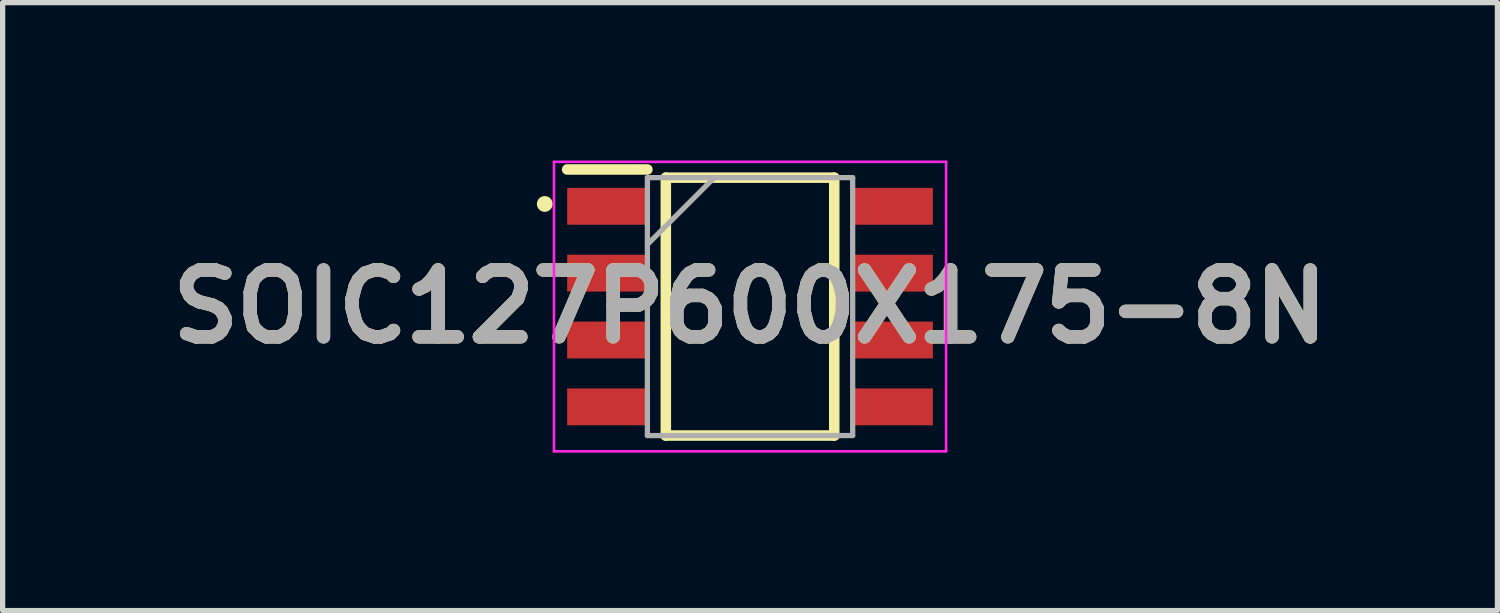
<source format=kicad_pcb>
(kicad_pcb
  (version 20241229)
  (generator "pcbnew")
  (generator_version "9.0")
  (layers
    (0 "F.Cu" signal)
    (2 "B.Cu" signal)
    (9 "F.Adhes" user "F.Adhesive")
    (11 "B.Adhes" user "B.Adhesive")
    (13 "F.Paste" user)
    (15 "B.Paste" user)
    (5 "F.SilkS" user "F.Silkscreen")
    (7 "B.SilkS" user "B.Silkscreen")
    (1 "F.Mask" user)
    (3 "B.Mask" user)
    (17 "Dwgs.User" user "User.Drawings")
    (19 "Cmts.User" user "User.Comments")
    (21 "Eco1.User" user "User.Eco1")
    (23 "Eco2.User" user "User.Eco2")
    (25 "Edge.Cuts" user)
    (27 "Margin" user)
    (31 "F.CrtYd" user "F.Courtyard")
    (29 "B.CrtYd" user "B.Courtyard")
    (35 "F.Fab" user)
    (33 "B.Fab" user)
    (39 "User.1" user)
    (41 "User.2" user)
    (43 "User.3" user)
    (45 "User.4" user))
  (footprint "SOIC127P600X175-8N"
    (layer "F.Cu")
    (at 11.2 2.775)
    (property "Reference" "SOIC127P600X175-8N" (at 0 0 0) (layer "F.SilkS") (effects (font (size 1.27 1.27) (thickness 0.254))))
    (attr smd)
    (fp_line (start -3.475 -2.605) (end -1.95 -2.605) (stroke (width 0.2) (type solid)) (layer "F.SilkS"))
    (fp_line (start -1.6 -2.45) (end 1.6 -2.45) (stroke (width 0.2) (type solid)) (layer "F.SilkS"))
    (fp_line (start -1.6 2.45) (end -1.6 -2.45) (stroke (width 0.2) (type solid)) (layer "F.SilkS"))
    (fp_line (start 1.6 -2.45) (end 1.6 2.45) (stroke (width 0.2) (type solid)) (layer "F.SilkS"))
    (fp_line (start 1.6 2.45) (end -1.6 2.45) (stroke (width 0.2) (type solid)) (layer "F.SilkS"))
    (fp_circle (center -3.9 -1.95) (end -3.9 -1.85) (stroke (width 0.1) (type solid)) (fill yes) (layer "F.SilkS"))
    (fp_line (start -3.725 -2.75) (end 3.725 -2.75) (stroke (width 0.05) (type solid)) (layer "F.CrtYd"))
    (fp_line (start -3.725 2.75) (end -3.725 -2.75) (stroke (width 0.05) (type solid)) (layer "F.CrtYd"))
    (fp_line (start 3.725 -2.75) (end 3.725 2.75) (stroke (width 0.05) (type solid)) (layer "F.CrtYd"))
    (fp_line (start 3.725 2.75) (end -3.725 2.75) (stroke (width 0.05) (type solid)) (layer "F.CrtYd"))
    (fp_line (start -1.95 -2.45) (end 1.95 -2.45) (stroke (width 0.1) (type solid)) (layer "F.Fab"))
    (fp_line (start -1.95 -1.18) (end -0.68 -2.45) (stroke (width 0.1) (type solid)) (layer "F.Fab"))
    (fp_line (start -1.95 2.45) (end -1.95 -2.45) (stroke (width 0.1) (type solid)) (layer "F.Fab"))
    (fp_line (start 1.95 -2.45) (end 1.95 2.45) (stroke (width 0.1) (type solid)) (layer "F.Fab"))
    (fp_line (start 1.95 2.45) (end -1.95 2.45) (stroke (width 0.1) (type solid)) (layer "F.Fab"))
    (fp_text user "${REFERENCE}" (at 0 0 0) (layer "F.Fab") (effects (font (size 1.27 1.27) (thickness 0.254))))
    (pad "1" smd rect (at -2.712 -1.905 90) (size 0.7 1.525) (layers "F.Cu" "F.Mask" "F.Paste"))
    (pad "2" smd rect (at -2.712 -0.635 90) (size 0.7 1.525) (layers "F.Cu" "F.Mask" "F.Paste"))
    (pad "3" smd rect (at -2.712 0.635 90) (size 0.7 1.525) (layers "F.Cu" "F.Mask" "F.Paste"))
    (pad "4" smd rect (at -2.712 1.905 90) (size 0.7 1.525) (layers "F.Cu" "F.Mask" "F.Paste"))
    (pad "5" smd rect (at 2.712 1.905 90) (size 0.7 1.525) (layers "F.Cu" "F.Mask" "F.Paste"))
    (pad "6" smd rect (at 2.712 0.635 90) (size 0.7 1.525) (layers "F.Cu" "F.Mask" "F.Paste"))
    (pad "7" smd rect (at 2.712 -0.635 90) (size 0.7 1.525) (layers "F.Cu" "F.Mask" "F.Paste"))
    (pad "8" smd rect (at 2.712 -1.905 90) (size 0.7 1.525) (layers "F.Cu" "F.Mask" "F.Paste")))
  (gr_rect
    (start -3 -3)
    (end 25.4 8.55)
    (stroke (width 0.1) (type default))
    (fill no)
    (layer "Edge.Cuts")))
</source>
